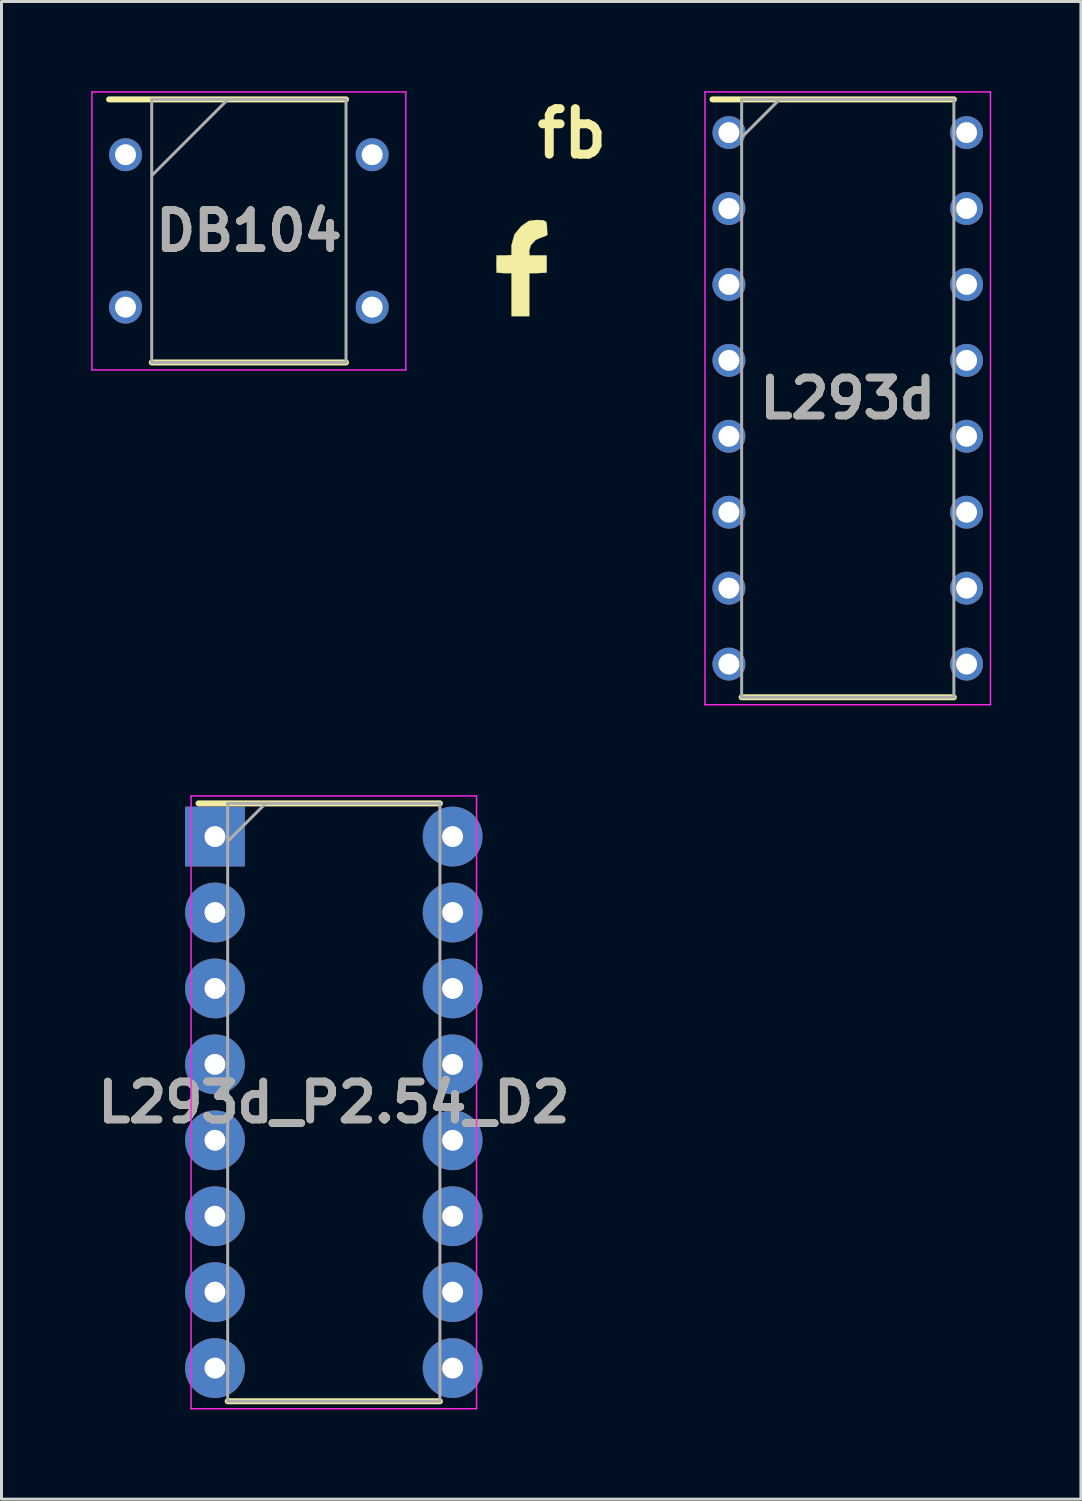
<source format=kicad_pcb>
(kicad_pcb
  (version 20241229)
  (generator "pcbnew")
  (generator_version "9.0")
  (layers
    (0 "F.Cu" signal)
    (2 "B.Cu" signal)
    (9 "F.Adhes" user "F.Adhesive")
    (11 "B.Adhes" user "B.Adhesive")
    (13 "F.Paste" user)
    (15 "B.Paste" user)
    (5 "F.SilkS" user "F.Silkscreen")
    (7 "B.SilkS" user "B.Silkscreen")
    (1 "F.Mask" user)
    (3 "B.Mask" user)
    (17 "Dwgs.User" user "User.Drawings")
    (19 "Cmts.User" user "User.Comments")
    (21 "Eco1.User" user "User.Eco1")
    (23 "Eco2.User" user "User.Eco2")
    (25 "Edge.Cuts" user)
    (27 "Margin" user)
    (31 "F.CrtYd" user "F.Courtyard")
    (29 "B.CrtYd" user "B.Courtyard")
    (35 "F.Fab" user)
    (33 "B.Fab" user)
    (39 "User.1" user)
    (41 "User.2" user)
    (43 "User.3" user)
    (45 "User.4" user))
  (footprint "DB104"
    (layer "F.Cu")
    (at 5.275 4.675)
    (property "Reference" "DB104" (at 0 0 0) (layer "F.SilkS") (effects (font (size 1.27 1.27) (thickness 0.254))))
    (attr through_hole)
    (fp_line (start -4.675 -4.4) (end 3.25 -4.4) (stroke (width 0.2) (type solid)) (layer "F.SilkS"))
    (fp_line (start -3.25 4.4) (end 3.25 4.4) (stroke (width 0.2) (type solid)) (layer "F.SilkS"))
    (fp_line (start -5.25 -4.65) (end 5.25 -4.65) (stroke (width 0.05) (type solid)) (layer "F.CrtYd"))
    (fp_line (start -5.25 4.65) (end -5.25 -4.65) (stroke (width 0.05) (type solid)) (layer "F.CrtYd"))
    (fp_line (start 5.25 -4.65) (end 5.25 4.65) (stroke (width 0.05) (type solid)) (layer "F.CrtYd"))
    (fp_line (start 5.25 4.65) (end -5.25 4.65) (stroke (width 0.05) (type solid)) (layer "F.CrtYd"))
    (fp_line (start -3.25 -4.4) (end 3.25 -4.4) (stroke (width 0.1) (type solid)) (layer "F.Fab"))
    (fp_line (start -3.25 -1.85) (end -0.7 -4.4) (stroke (width 0.1) (type solid)) (layer "F.Fab"))
    (fp_line (start -3.25 4.4) (end -3.25 -4.4) (stroke (width 0.1) (type solid)) (layer "F.Fab"))
    (fp_line (start 3.25 -4.4) (end 3.25 4.4) (stroke (width 0.1) (type solid)) (layer "F.Fab"))
    (fp_line (start 3.25 4.4) (end -3.25 4.4) (stroke (width 0.1) (type solid)) (layer "F.Fab"))
    (fp_text user "${REFERENCE}" (at 0 0 0) (layer "F.Fab") (effects (font (size 1.27 1.27) (thickness 0.254))))
    (pad "1" thru_hole circle (at -4.125 -2.55) (size 1.1 1.1) (drill 0.7) (layers "*.Cu" "*.Mask"))
    (pad "2" thru_hole circle (at -4.125 2.55) (size 1.1 1.1) (drill 0.7) (layers "*.Cu" "*.Mask"))
    (pad "3" thru_hole circle (at 4.125 2.55) (size 1.1 1.1) (drill 0.7) (layers "*.Cu" "*.Mask"))
    (pad "4" thru_hole circle (at 4.125 -2.55) (size 1.1 1.1) (drill 0.7) (layers "*.Cu" "*.Mask")))
  (footprint "fb"
    (layer "F.Cu")
    (at 14.486 5.918)
    (property "Reference" "fb" (at 1.6 -4.5 0) (layer "F.SilkS") (effects (font (size 1.524 1.524) (thickness 0.3))))
    (attr through_hole)
    (fp_poly (pts (xy 0.636 -1.6) (xy 0.735 -1.547) (xy 0.761 -1.408) (xy 0.762 -1.312) (xy 0.775 -1.107) (xy 0.65 -1.05) (xy 0.55 -1.016) (xy 0.38 -0.942) (xy 0.217 -0.762) (xy 0.169 -0.587) (xy 0.175 -0.425) (xy 0.343 -0.425) (xy 0.466 -0.423) (xy 0.75 -0.425) (xy 0.751 -0.319) (xy 0.75 -0.125) (xy 0.75 -0.021) (xy 0.75 0.15) (xy 0.422 0.169) (xy 0.413 0.169) (xy 0.169 0.169) (xy 0.169 1.609) (xy -0.423 1.609) (xy -0.423 0.169) (xy -0.677 0.169) (xy -0.925 0.153) (xy -0.925 0.05) (xy -0.931 -0.127) (xy -0.925 -0.326) (xy -0.925 -0.425) (xy -0.677 -0.423) (xy -0.425 -0.436) (xy -0.425 -0.507) (xy -0.424 -0.684) (xy -0.423 -0.769) (xy -0.325 -1.125) (xy -0.1 -1.4) (xy 0.15 -1.575) (xy 0.417 -1.609) (xy 0.636 -1.6)) (stroke (width 0.01) (type solid)) (fill yes) (layer "F.SilkS")))
  (footprint "L293d_P2.54_D2"
    (layer "F.Cu")
    (at 8.116 33.825)
    (property "Reference" "L293d_P2.54_D2" (at 0 0 0) (layer "F.SilkS") (effects (font (size 1.27 1.27) (thickness 0.254))))
    (attr through_hole)
    (fp_line (start -4.525 -10) (end 3.55 -10) (stroke (width 0.2) (type solid)) (layer "F.SilkS"))
    (fp_line (start -3.55 10) (end 3.55 10) (stroke (width 0.2) (type solid)) (layer "F.SilkS"))
    (fp_line (start -4.775 -10.25) (end 4.775 -10.25) (stroke (width 0.05) (type solid)) (layer "F.CrtYd"))
    (fp_line (start -4.775 10.25) (end -4.775 -10.25) (stroke (width 0.05) (type solid)) (layer "F.CrtYd"))
    (fp_line (start 4.775 -10.25) (end 4.775 10.25) (stroke (width 0.05) (type solid)) (layer "F.CrtYd"))
    (fp_line (start 4.775 10.25) (end -4.775 10.25) (stroke (width 0.05) (type solid)) (layer "F.CrtYd"))
    (fp_line (start -3.55 -10) (end 3.55 -10) (stroke (width 0.1) (type solid)) (layer "F.Fab"))
    (fp_line (start -3.55 -8.73) (end -2.28 -10) (stroke (width 0.1) (type solid)) (layer "F.Fab"))
    (fp_line (start -3.55 10) (end -3.55 -10) (stroke (width 0.1) (type solid)) (layer "F.Fab"))
    (fp_line (start 3.55 -10) (end 3.55 10) (stroke (width 0.1) (type solid)) (layer "F.Fab"))
    (fp_line (start 3.55 10) (end -3.55 10) (stroke (width 0.1) (type solid)) (layer "F.Fab"))
    (fp_text user "${REFERENCE}" (at 0 0 0) (layer "F.Fab") (effects (font (size 1.27 1.27) (thickness 0.254))))
    (pad "1" thru_hole rect (at -3.975 -8.89) (size 2 2) (drill 0.7) (layers "*.Cu" "*.Mask"))
    (pad "2" thru_hole circle (at -3.975 -6.35) (size 2 2) (drill 0.7) (layers "*.Cu" "*.Mask"))
    (pad "3" thru_hole circle (at -3.975 -3.81) (size 2 2) (drill 0.7) (layers "*.Cu" "*.Mask"))
    (pad "4" thru_hole circle (at -3.975 -1.27) (size 2 2) (drill 0.7) (layers "*.Cu" "*.Mask"))
    (pad "5" thru_hole circle (at -3.975 1.27) (size 2 2) (drill 0.7) (layers "*.Cu" "*.Mask"))
    (pad "6" thru_hole circle (at -3.975 3.81) (size 2 2) (drill 0.7) (layers "*.Cu" "*.Mask"))
    (pad "7" thru_hole circle (at -3.975 6.35) (size 2 2) (drill 0.7) (layers "*.Cu" "*.Mask"))
    (pad "8" thru_hole circle (at -3.975 8.89) (size 2 2) (drill 0.7) (layers "*.Cu" "*.Mask"))
    (pad "9" thru_hole circle (at 3.975 8.89) (size 2 2) (drill 0.7) (layers "*.Cu" "*.Mask"))
    (pad "10" thru_hole circle (at 3.975 6.35) (size 2 2) (drill 0.7) (layers "*.Cu" "*.Mask"))
    (pad "11" thru_hole circle (at 3.975 3.81) (size 2 2) (drill 0.7) (layers "*.Cu" "*.Mask"))
    (pad "12" thru_hole circle (at 3.975 1.27) (size 2 2) (drill 0.7) (layers "*.Cu" "*.Mask"))
    (pad "13" thru_hole circle (at 3.975 -1.27) (size 2 2) (drill 0.7) (layers "*.Cu" "*.Mask"))
    (pad "14" thru_hole circle (at 3.975 -3.81) (size 2 2) (drill 0.7) (layers "*.Cu" "*.Mask"))
    (pad "15" thru_hole circle (at 3.975 -6.35) (size 2 2) (drill 0.7) (layers "*.Cu" "*.Mask"))
    (pad "16" thru_hole circle (at 3.975 -8.89) (size 2 2) (drill 0.7) (layers "*.Cu" "*.Mask")))
  (footprint "L293d"
    (layer "F.Cu")
    (at 25.309 10.275)
    (property "Reference" "L293d" (at 0 0 0) (layer "F.SilkS") (effects (font (size 1.27 1.27) (thickness 0.254))))
    (attr through_hole)
    (fp_line (start -4.525 -10) (end 3.55 -10) (stroke (width 0.2) (type solid)) (layer "F.SilkS"))
    (fp_line (start -3.55 10) (end 3.55 10) (stroke (width 0.2) (type solid)) (layer "F.SilkS"))
    (fp_line (start -4.775 -10.25) (end 4.775 -10.25) (stroke (width 0.05) (type solid)) (layer "F.CrtYd"))
    (fp_line (start -4.775 10.25) (end -4.775 -10.25) (stroke (width 0.05) (type solid)) (layer "F.CrtYd"))
    (fp_line (start 4.775 -10.25) (end 4.775 10.25) (stroke (width 0.05) (type solid)) (layer "F.CrtYd"))
    (fp_line (start 4.775 10.25) (end -4.775 10.25) (stroke (width 0.05) (type solid)) (layer "F.CrtYd"))
    (fp_line (start -3.55 -10) (end 3.55 -10) (stroke (width 0.1) (type solid)) (layer "F.Fab"))
    (fp_line (start -3.55 -8.73) (end -2.28 -10) (stroke (width 0.1) (type solid)) (layer "F.Fab"))
    (fp_line (start -3.55 10) (end -3.55 -10) (stroke (width 0.1) (type solid)) (layer "F.Fab"))
    (fp_line (start 3.55 -10) (end 3.55 10) (stroke (width 0.1) (type solid)) (layer "F.Fab"))
    (fp_line (start 3.55 10) (end -3.55 10) (stroke (width 0.1) (type solid)) (layer "F.Fab"))
    (fp_text user "${REFERENCE}" (at 0 0 0) (layer "F.Fab") (effects (font (size 1.27 1.27) (thickness 0.254))))
    (pad "1" thru_hole circle (at -3.975 -8.89) (size 1.1 1.1) (drill 0.7) (layers "*.Cu" "*.Mask"))
    (pad "2" thru_hole circle (at -3.975 -6.35) (size 1.1 1.1) (drill 0.7) (layers "*.Cu" "*.Mask"))
    (pad "3" thru_hole circle (at -3.975 -3.81) (size 1.1 1.1) (drill 0.7) (layers "*.Cu" "*.Mask"))
    (pad "4" thru_hole circle (at -3.975 -1.27) (size 1.1 1.1) (drill 0.7) (layers "*.Cu" "*.Mask"))
    (pad "5" thru_hole circle (at -3.975 1.27) (size 1.1 1.1) (drill 0.7) (layers "*.Cu" "*.Mask"))
    (pad "6" thru_hole circle (at -3.975 3.81) (size 1.1 1.1) (drill 0.7) (layers "*.Cu" "*.Mask"))
    (pad "7" thru_hole circle (at -3.975 6.35) (size 1.1 1.1) (drill 0.7) (layers "*.Cu" "*.Mask"))
    (pad "8" thru_hole circle (at -3.975 8.89) (size 1.1 1.1) (drill 0.7) (layers "*.Cu" "*.Mask"))
    (pad "9" thru_hole circle (at 3.975 8.89) (size 1.1 1.1) (drill 0.7) (layers "*.Cu" "*.Mask"))
    (pad "10" thru_hole circle (at 3.975 6.35) (size 1.1 1.1) (drill 0.7) (layers "*.Cu" "*.Mask"))
    (pad "11" thru_hole circle (at 3.975 3.81) (size 1.1 1.1) (drill 0.7) (layers "*.Cu" "*.Mask"))
    (pad "12" thru_hole circle (at 3.975 1.27) (size 1.1 1.1) (drill 0.7) (layers "*.Cu" "*.Mask"))
    (pad "13" thru_hole circle (at 3.975 -1.27) (size 1.1 1.1) (drill 0.7) (layers "*.Cu" "*.Mask"))
    (pad "14" thru_hole circle (at 3.975 -3.81) (size 1.1 1.1) (drill 0.7) (layers "*.Cu" "*.Mask"))
    (pad "15" thru_hole circle (at 3.975 -6.35) (size 1.1 1.1) (drill 0.7) (layers "*.Cu" "*.Mask"))
    (pad "16" thru_hole circle (at 3.975 -8.89) (size 1.1 1.1) (drill 0.7) (layers "*.Cu" "*.Mask")))
  (gr_rect
    (start -3 -3)
    (end 33.109 47.1)
    (stroke (width 0.1) (type default))
    (fill no)
    (layer "Edge.Cuts")))
</source>
